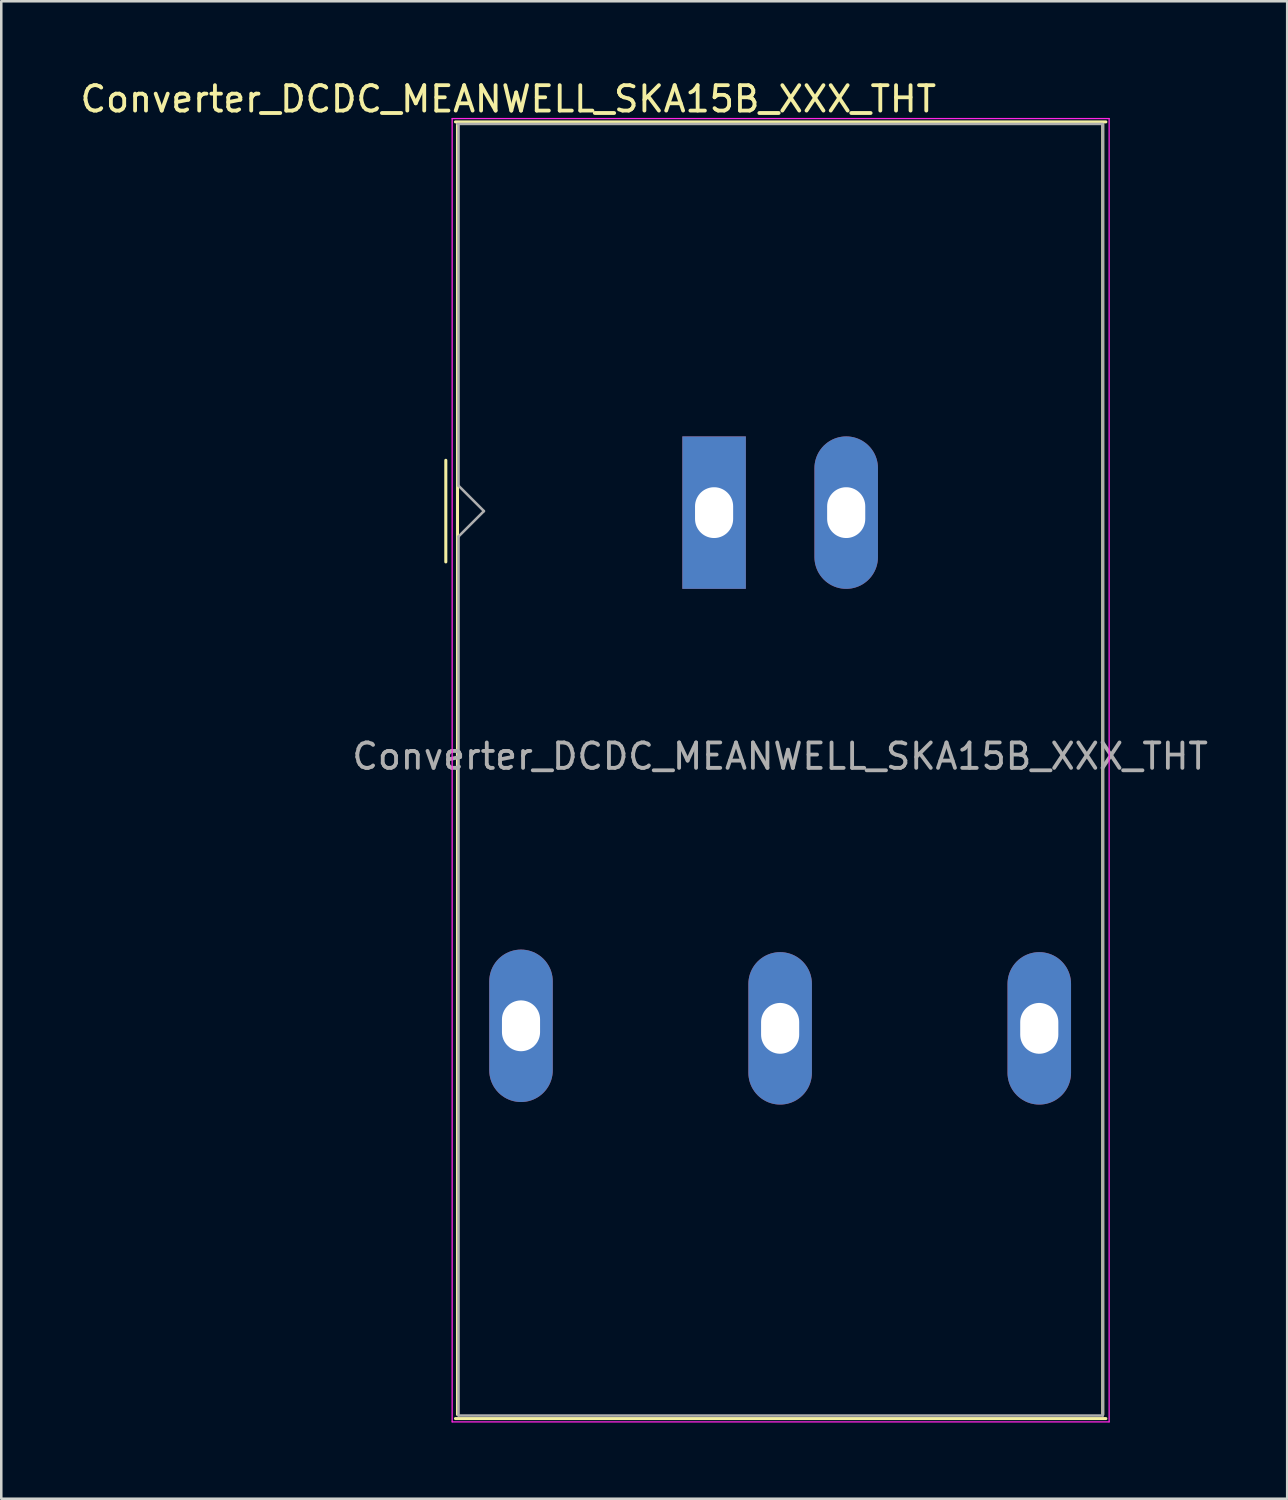
<source format=kicad_pcb>
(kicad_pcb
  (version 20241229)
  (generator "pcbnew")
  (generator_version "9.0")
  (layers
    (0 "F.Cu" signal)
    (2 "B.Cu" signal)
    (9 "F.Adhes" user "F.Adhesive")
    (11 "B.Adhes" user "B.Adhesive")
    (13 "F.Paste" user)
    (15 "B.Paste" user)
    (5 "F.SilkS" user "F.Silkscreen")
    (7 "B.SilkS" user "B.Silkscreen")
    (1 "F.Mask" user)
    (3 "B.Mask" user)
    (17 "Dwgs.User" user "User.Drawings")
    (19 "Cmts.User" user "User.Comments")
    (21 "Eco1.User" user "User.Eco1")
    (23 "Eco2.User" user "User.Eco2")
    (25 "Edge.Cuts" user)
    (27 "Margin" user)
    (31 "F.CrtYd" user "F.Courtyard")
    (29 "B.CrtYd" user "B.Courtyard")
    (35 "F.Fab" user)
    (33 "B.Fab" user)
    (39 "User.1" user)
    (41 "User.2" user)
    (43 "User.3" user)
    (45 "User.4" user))
  (footprint "Converter_DCDC_MEANWELL_SKA15B_XXX_THT"
    (layer "F.Cu")
    (at 14.958 1.828)
    (property "Reference" "Converter_DCDC_MEANWELL_SKA15B_XXX_THT" (at 2 -0.98 180) (layer "F.SilkS") (effects (font (size 1 1) (thickness 0.15))))
    (attr through_hole)
    (fp_line (start -0.46 13.24) (end -0.46 17.24) (stroke (width 0.12) (type solid)) (layer "F.SilkS"))
    (fp_line (start -0.08 -0.08) (end 25.52 -0.08) (stroke (width 0.12) (type solid)) (layer "F.SilkS"))
    (fp_line (start 0 50.8) (end 0 0) (stroke (width 0.12) (type solid)) (layer "F.SilkS"))
    (fp_line (start 25.4 0) (end 25.4 50.8) (stroke (width 0.12) (type solid)) (layer "F.SilkS"))
    (fp_line (start 25.52 50.96) (end -0.08 50.96) (stroke (width 0.12) (type solid)) (layer "F.SilkS"))
    (fp_line (start -0.21 -0.21) (end 25.65 -0.21) (stroke (width 0.05) (type solid)) (layer "F.CrtYd"))
    (fp_line (start -0.21 51.09) (end -0.21 -0.21) (stroke (width 0.05) (type solid)) (layer "F.CrtYd"))
    (fp_line (start -0.21 51.09) (end 25.65 51.09) (stroke (width 0.05) (type solid)) (layer "F.CrtYd"))
    (fp_line (start 25.65 51.09) (end 25.65 -0.21) (stroke (width 0.05) (type solid)) (layer "F.CrtYd"))
    (fp_line (start 0.04 14.24) (end 0.04 0.04) (stroke (width 0.1) (type solid)) (layer "F.Fab"))
    (fp_line (start 0.04 16.24) (end 0.04 50.84) (stroke (width 0.1) (type solid)) (layer "F.Fab"))
    (fp_line (start 0.04 16.24) (end 1.04 15.24) (stroke (width 0.1) (type solid)) (layer "F.Fab"))
    (fp_line (start 0.04 50.84) (end 25.4 50.84) (stroke (width 0.1) (type solid)) (layer "F.Fab"))
    (fp_line (start 1.04 15.24) (end 0.04 14.24) (stroke (width 0.1) (type solid)) (layer "F.Fab"))
    (fp_line (start 25.4 0) (end 0 0) (stroke (width 0.1) (type solid)) (layer "F.Fab"))
    (fp_line (start 25.4 50.84) (end 25.4 0.04) (stroke (width 0.1) (type solid)) (layer "F.Fab"))
    (fp_text user "${REFERENCE}" (at 12.7 24.892 0) (layer "F.Fab") (effects (font (size 1 1) (thickness 0.15))))
    (pad "1" thru_hole rect (at 10.1 15.3 90) (size 6 2.5) (drill oval 2 1.5) (layers "*.Cu" "*.Mask"))
    (pad "2" thru_hole oval (at 15.3 15.3 90) (size 6 2.5) (drill oval 2 1.5) (layers "*.Cu" "*.Mask"))
    (pad "3" thru_hole oval (at 2.5 35.5 90) (size 6 2.5) (drill oval 2 1.5) (layers "*.Cu" "*.Mask"))
    (pad "4" thru_hole oval (at 12.7 35.6 90) (size 6 2.5) (drill oval 2 1.5) (layers "*.Cu" "*.Mask"))
    (pad "5" thru_hole oval (at 22.9 35.6 90) (size 6 2.5) (drill oval 2 1.5) (layers "*.Cu" "*.Mask")))
  (gr_rect
    (start -3 -3)
    (end 47.617 55.943)
    (stroke (width 0.1) (type default))
    (fill no)
    (layer "Edge.Cuts")))
</source>
